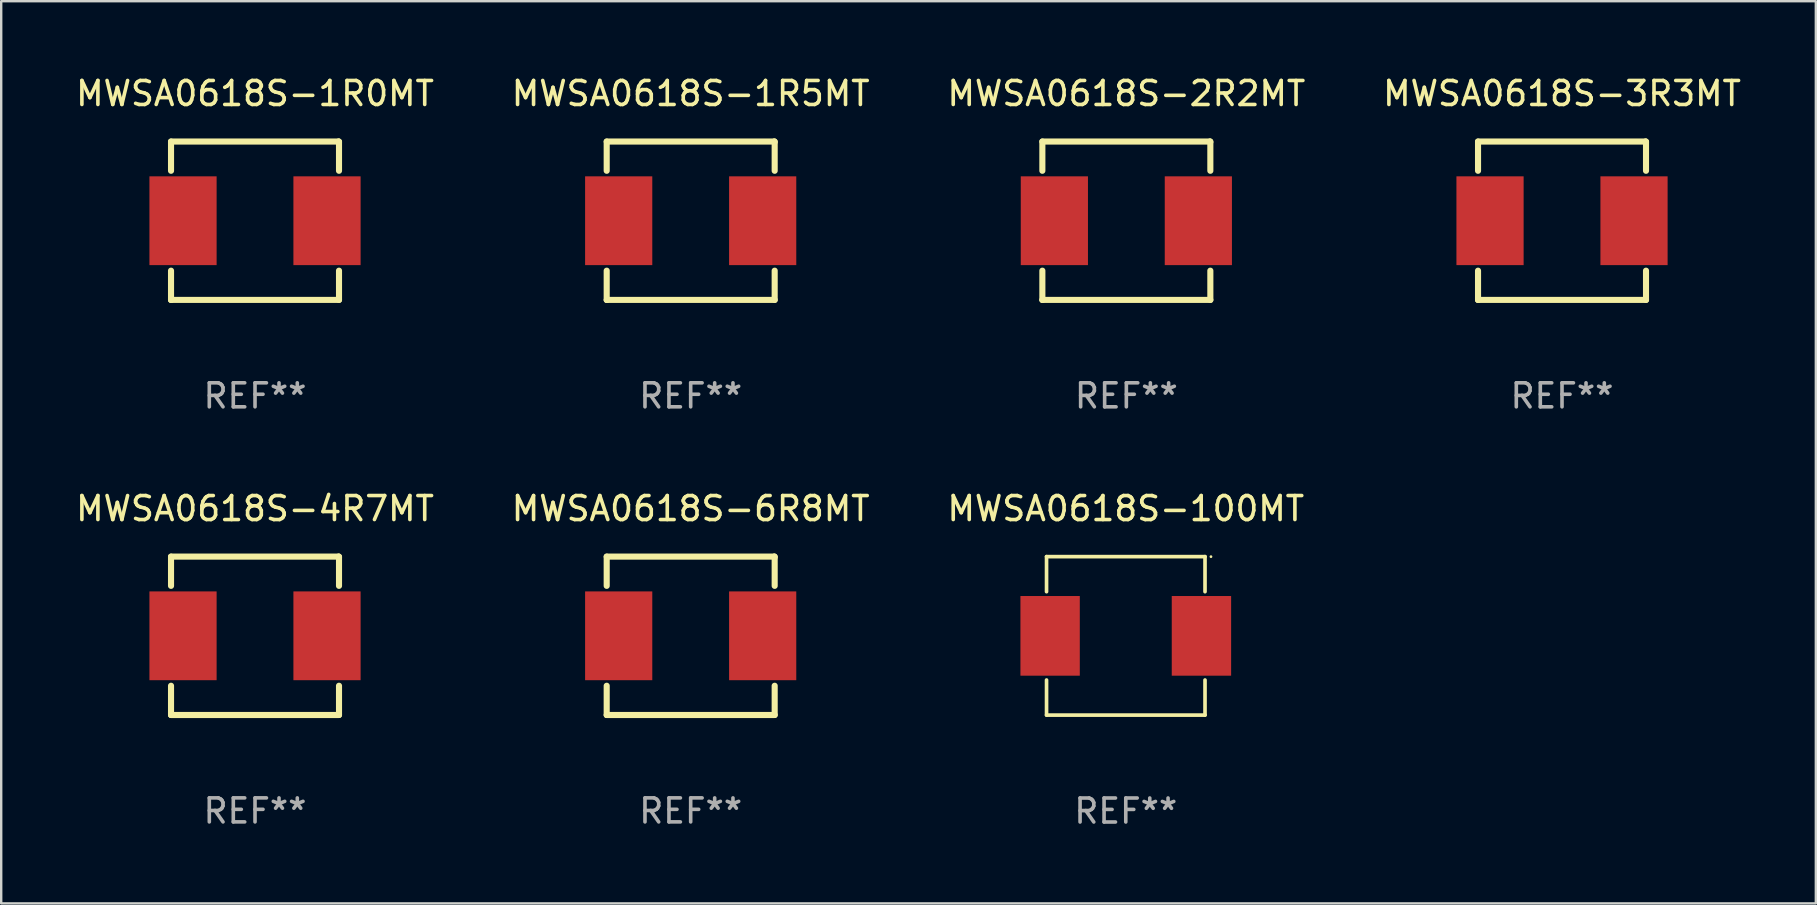
<source format=kicad_pcb>
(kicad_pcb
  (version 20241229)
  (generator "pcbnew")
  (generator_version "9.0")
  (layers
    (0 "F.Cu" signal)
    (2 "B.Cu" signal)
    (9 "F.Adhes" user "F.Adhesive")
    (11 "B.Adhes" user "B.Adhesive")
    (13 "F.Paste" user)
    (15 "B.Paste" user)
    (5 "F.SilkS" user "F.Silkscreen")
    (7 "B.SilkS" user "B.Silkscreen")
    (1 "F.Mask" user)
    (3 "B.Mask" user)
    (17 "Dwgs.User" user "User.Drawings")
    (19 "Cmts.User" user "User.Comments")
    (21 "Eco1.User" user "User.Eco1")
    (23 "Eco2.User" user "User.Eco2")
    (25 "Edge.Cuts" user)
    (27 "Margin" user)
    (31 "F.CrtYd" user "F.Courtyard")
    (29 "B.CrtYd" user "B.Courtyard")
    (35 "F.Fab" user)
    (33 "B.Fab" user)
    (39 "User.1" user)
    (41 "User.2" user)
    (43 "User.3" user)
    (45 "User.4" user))
  (footprint "MWSA0618S-3R3MT"
    (layer "F.Cu")
    (at 62.042 6.148)
    (property "Reference" "MWSA0618S-3R3MT" (at 0 -5.3 0) (layer "F.SilkS") (effects (font (size 1 1) (thickness 0.15))))
    (attr through_hole)
    (fp_line (start -3.5 -3.3) (end 3.48 -3.3) (stroke (width 0.254) (type solid)) (layer "F.SilkS"))
    (fp_line (start -3.5 -2.081) (end -3.5 -3.3) (stroke (width 0.254) (type solid)) (layer "F.SilkS"))
    (fp_line (start -3.5 3.3) (end -3.5 2.081) (stroke (width 0.254) (type solid)) (layer "F.SilkS"))
    (fp_line (start -3.49 3.3) (end -3.5 3.3) (stroke (width 0.254) (type solid)) (layer "F.SilkS"))
    (fp_line (start 3.48 -3.3) (end 3.5 -3.28) (stroke (width 0.254) (type solid)) (layer "F.SilkS"))
    (fp_line (start 3.5 -3.3) (end 3.5 -2.081) (stroke (width 0.254) (type solid)) (layer "F.SilkS"))
    (fp_line (start 3.5 2.081) (end 3.5 3.3) (stroke (width 0.254) (type solid)) (layer "F.SilkS"))
    (fp_line (start 3.5 3.3) (end -3.49 3.3) (stroke (width 0.254) (type solid)) (layer "F.SilkS"))
    (fp_circle (center -3.5 3.3) (end -3.47 3.3) (stroke (width 0.06) (type solid)) (fill no) (layer "F.SilkS"))
    (fp_text user "REF**" (at 0 7.3 0) (layer "F.Fab") (effects (font (size 1 1) (thickness 0.15))))
    (pad "1" smd rect (at -3 0) (size 2.8 3.7) (layers "F.Cu" "F.Mask" "F.Paste"))
    (pad "2" smd rect (at 3 0) (size 2.8 3.7) (layers "F.Cu" "F.Mask" "F.Paste")))
  (footprint "MWSA0618S-1R5MT"
    (layer "F.Cu")
    (at 25.732 6.148)
    (property "Reference" "MWSA0618S-1R5MT" (at 0 -5.3 0) (layer "F.SilkS") (effects (font (size 1 1) (thickness 0.15))))
    (attr through_hole)
    (fp_line (start -3.5 -3.3) (end 3.48 -3.3) (stroke (width 0.254) (type solid)) (layer "F.SilkS"))
    (fp_line (start -3.5 -2.081) (end -3.5 -3.3) (stroke (width 0.254) (type solid)) (layer "F.SilkS"))
    (fp_line (start -3.5 3.3) (end -3.5 2.081) (stroke (width 0.254) (type solid)) (layer "F.SilkS"))
    (fp_line (start -3.49 3.3) (end -3.5 3.3) (stroke (width 0.254) (type solid)) (layer "F.SilkS"))
    (fp_line (start 3.48 -3.3) (end 3.5 -3.28) (stroke (width 0.254) (type solid)) (layer "F.SilkS"))
    (fp_line (start 3.5 -3.3) (end 3.5 -2.081) (stroke (width 0.254) (type solid)) (layer "F.SilkS"))
    (fp_line (start 3.5 2.081) (end 3.5 3.3) (stroke (width 0.254) (type solid)) (layer "F.SilkS"))
    (fp_line (start 3.5 3.3) (end -3.49 3.3) (stroke (width 0.254) (type solid)) (layer "F.SilkS"))
    (fp_circle (center -3.5 3.3) (end -3.47 3.3) (stroke (width 0.06) (type solid)) (fill no) (layer "F.SilkS"))
    (fp_text user "REF**" (at 0 7.3 0) (layer "F.Fab") (effects (font (size 1 1) (thickness 0.15))))
    (pad "1" smd rect (at -3 0) (size 2.8 3.7) (layers "F.Cu" "F.Mask" "F.Paste"))
    (pad "2" smd rect (at 3 0) (size 2.8 3.7) (layers "F.Cu" "F.Mask" "F.Paste")))
  (footprint "MWSA0618S-100MT"
    (layer "F.Cu")
    (at 43.863 23.447)
    (property "Reference" "MWSA0618S-100MT" (at 0 -5.302 0) (layer "F.SilkS") (effects (font (size 1 1) (thickness 0.15))))
    (attr through_hole)
    (fp_line (start -3.302 -3.302) (end -3.302 -1.84) (stroke (width 0.152) (type solid)) (layer "F.SilkS"))
    (fp_line (start -3.302 1.84) (end -3.302 3.302) (stroke (width 0.152) (type solid)) (layer "F.SilkS"))
    (fp_line (start -3.302 3.302) (end 3.302 3.302) (stroke (width 0.152) (type solid)) (layer "F.SilkS"))
    (fp_line (start 3.302 -3.302) (end -3.302 -3.302) (stroke (width 0.152) (type solid)) (layer "F.SilkS"))
    (fp_line (start 3.302 -1.84) (end 3.302 -3.302) (stroke (width 0.152) (type solid)) (layer "F.SilkS"))
    (fp_line (start 3.302 3.302) (end 3.302 1.84) (stroke (width 0.152) (type solid)) (layer "F.SilkS"))
    (fp_circle (center 3.55 -3.3) (end 3.58 -3.3) (stroke (width 0.06) (type solid)) (fill no) (layer "F.SilkS"))
    (fp_text user "REF**" (at 0 7.302 0) (layer "F.Fab") (effects (font (size 1 1) (thickness 0.15))))
    (pad "1" smd rect (at 3.153 0) (size 2.474 3.32) (layers "F.Cu" "F.Mask" "F.Paste"))
    (pad "2" smd rect (at -3.153 0) (size 2.474 3.32) (layers "F.Cu" "F.Mask" "F.Paste")))
  (footprint "MWSA0618S-4R7MT"
    (layer "F.Cu")
    (at 7.577 23.445)
    (property "Reference" "MWSA0618S-4R7MT" (at 0 -5.3 0) (layer "F.SilkS") (effects (font (size 1 1) (thickness 0.15))))
    (attr through_hole)
    (fp_line (start -3.5 -3.3) (end 3.48 -3.3) (stroke (width 0.254) (type solid)) (layer "F.SilkS"))
    (fp_line (start -3.5 -2.081) (end -3.5 -3.3) (stroke (width 0.254) (type solid)) (layer "F.SilkS"))
    (fp_line (start -3.5 3.3) (end -3.5 2.081) (stroke (width 0.254) (type solid)) (layer "F.SilkS"))
    (fp_line (start -3.49 3.3) (end -3.5 3.3) (stroke (width 0.254) (type solid)) (layer "F.SilkS"))
    (fp_line (start 3.48 -3.3) (end 3.5 -3.28) (stroke (width 0.254) (type solid)) (layer "F.SilkS"))
    (fp_line (start 3.5 -3.3) (end 3.5 -2.081) (stroke (width 0.254) (type solid)) (layer "F.SilkS"))
    (fp_line (start 3.5 2.081) (end 3.5 3.3) (stroke (width 0.254) (type solid)) (layer "F.SilkS"))
    (fp_line (start 3.5 3.3) (end -3.49 3.3) (stroke (width 0.254) (type solid)) (layer "F.SilkS"))
    (fp_circle (center -3.5 3.3) (end -3.47 3.3) (stroke (width 0.06) (type solid)) (fill no) (layer "F.SilkS"))
    (fp_text user "REF**" (at 0 7.3 0) (layer "F.Fab") (effects (font (size 1 1) (thickness 0.15))))
    (pad "1" smd rect (at -3 0) (size 2.8 3.7) (layers "F.Cu" "F.Mask" "F.Paste"))
    (pad "2" smd rect (at 3 0) (size 2.8 3.7) (layers "F.Cu" "F.Mask" "F.Paste")))
  (footprint "MWSA0618S-1R0MT"
    (layer "F.Cu")
    (at 7.577 6.148)
    (property "Reference" "MWSA0618S-1R0MT" (at 0 -5.3 0) (layer "F.SilkS") (effects (font (size 1 1) (thickness 0.15))))
    (attr through_hole)
    (fp_line (start -3.5 -3.3) (end 3.48 -3.3) (stroke (width 0.254) (type solid)) (layer "F.SilkS"))
    (fp_line (start -3.5 -2.081) (end -3.5 -3.3) (stroke (width 0.254) (type solid)) (layer "F.SilkS"))
    (fp_line (start -3.5 3.3) (end -3.5 2.081) (stroke (width 0.254) (type solid)) (layer "F.SilkS"))
    (fp_line (start -3.49 3.3) (end -3.5 3.3) (stroke (width 0.254) (type solid)) (layer "F.SilkS"))
    (fp_line (start 3.48 -3.3) (end 3.5 -3.28) (stroke (width 0.254) (type solid)) (layer "F.SilkS"))
    (fp_line (start 3.5 -3.3) (end 3.5 -2.081) (stroke (width 0.254) (type solid)) (layer "F.SilkS"))
    (fp_line (start 3.5 2.081) (end 3.5 3.3) (stroke (width 0.254) (type solid)) (layer "F.SilkS"))
    (fp_line (start 3.5 3.3) (end -3.49 3.3) (stroke (width 0.254) (type solid)) (layer "F.SilkS"))
    (fp_circle (center -3.5 3.3) (end -3.47 3.3) (stroke (width 0.06) (type solid)) (fill no) (layer "F.SilkS"))
    (fp_text user "REF**" (at 0 7.3 0) (layer "F.Fab") (effects (font (size 1 1) (thickness 0.15))))
    (pad "1" smd rect (at -3 0) (size 2.8 3.7) (layers "F.Cu" "F.Mask" "F.Paste"))
    (pad "2" smd rect (at 3 0) (size 2.8 3.7) (layers "F.Cu" "F.Mask" "F.Paste")))
  (footprint "MWSA0618S-6R8MT"
    (layer "F.Cu")
    (at 25.732 23.445)
    (property "Reference" "MWSA0618S-6R8MT" (at 0 -5.3 0) (layer "F.SilkS") (effects (font (size 1 1) (thickness 0.15))))
    (attr through_hole)
    (fp_line (start -3.5 -3.3) (end 3.48 -3.3) (stroke (width 0.254) (type solid)) (layer "F.SilkS"))
    (fp_line (start -3.5 -2.081) (end -3.5 -3.3) (stroke (width 0.254) (type solid)) (layer "F.SilkS"))
    (fp_line (start -3.5 3.3) (end -3.5 2.081) (stroke (width 0.254) (type solid)) (layer "F.SilkS"))
    (fp_line (start -3.49 3.3) (end -3.5 3.3) (stroke (width 0.254) (type solid)) (layer "F.SilkS"))
    (fp_line (start 3.48 -3.3) (end 3.5 -3.28) (stroke (width 0.254) (type solid)) (layer "F.SilkS"))
    (fp_line (start 3.5 -3.3) (end 3.5 -2.081) (stroke (width 0.254) (type solid)) (layer "F.SilkS"))
    (fp_line (start 3.5 2.081) (end 3.5 3.3) (stroke (width 0.254) (type solid)) (layer "F.SilkS"))
    (fp_line (start 3.5 3.3) (end -3.49 3.3) (stroke (width 0.254) (type solid)) (layer "F.SilkS"))
    (fp_circle (center -3.5 3.3) (end -3.47 3.3) (stroke (width 0.06) (type solid)) (fill no) (layer "F.SilkS"))
    (fp_text user "REF**" (at 0 7.3 0) (layer "F.Fab") (effects (font (size 1 1) (thickness 0.15))))
    (pad "1" smd rect (at -3 0) (size 2.8 3.7) (layers "F.Cu" "F.Mask" "F.Paste"))
    (pad "2" smd rect (at 3 0) (size 2.8 3.7) (layers "F.Cu" "F.Mask" "F.Paste")))
  (footprint "MWSA0618S-2R2MT"
    (layer "F.Cu")
    (at 43.887 6.148)
    (property "Reference" "MWSA0618S-2R2MT" (at 0 -5.3 0) (layer "F.SilkS") (effects (font (size 1 1) (thickness 0.15))))
    (attr through_hole)
    (fp_line (start -3.5 -3.3) (end 3.48 -3.3) (stroke (width 0.254) (type solid)) (layer "F.SilkS"))
    (fp_line (start -3.5 -2.081) (end -3.5 -3.3) (stroke (width 0.254) (type solid)) (layer "F.SilkS"))
    (fp_line (start -3.5 3.3) (end -3.5 2.081) (stroke (width 0.254) (type solid)) (layer "F.SilkS"))
    (fp_line (start -3.49 3.3) (end -3.5 3.3) (stroke (width 0.254) (type solid)) (layer "F.SilkS"))
    (fp_line (start 3.48 -3.3) (end 3.5 -3.28) (stroke (width 0.254) (type solid)) (layer "F.SilkS"))
    (fp_line (start 3.5 -3.3) (end 3.5 -2.081) (stroke (width 0.254) (type solid)) (layer "F.SilkS"))
    (fp_line (start 3.5 2.081) (end 3.5 3.3) (stroke (width 0.254) (type solid)) (layer "F.SilkS"))
    (fp_line (start 3.5 3.3) (end -3.49 3.3) (stroke (width 0.254) (type solid)) (layer "F.SilkS"))
    (fp_circle (center -3.5 3.3) (end -3.47 3.3) (stroke (width 0.06) (type solid)) (fill no) (layer "F.SilkS"))
    (fp_text user "REF**" (at 0 7.3 0) (layer "F.Fab") (effects (font (size 1 1) (thickness 0.15))))
    (pad "1" smd rect (at -3 0) (size 2.8 3.7) (layers "F.Cu" "F.Mask" "F.Paste"))
    (pad "2" smd rect (at 3 0) (size 2.8 3.7) (layers "F.Cu" "F.Mask" "F.Paste")))
  (gr_rect
    (start -3 -3)
    (end 72.619 34.597)
    (stroke (width 0.1) (type default))
    (fill no)
    (layer "Edge.Cuts")))
</source>
